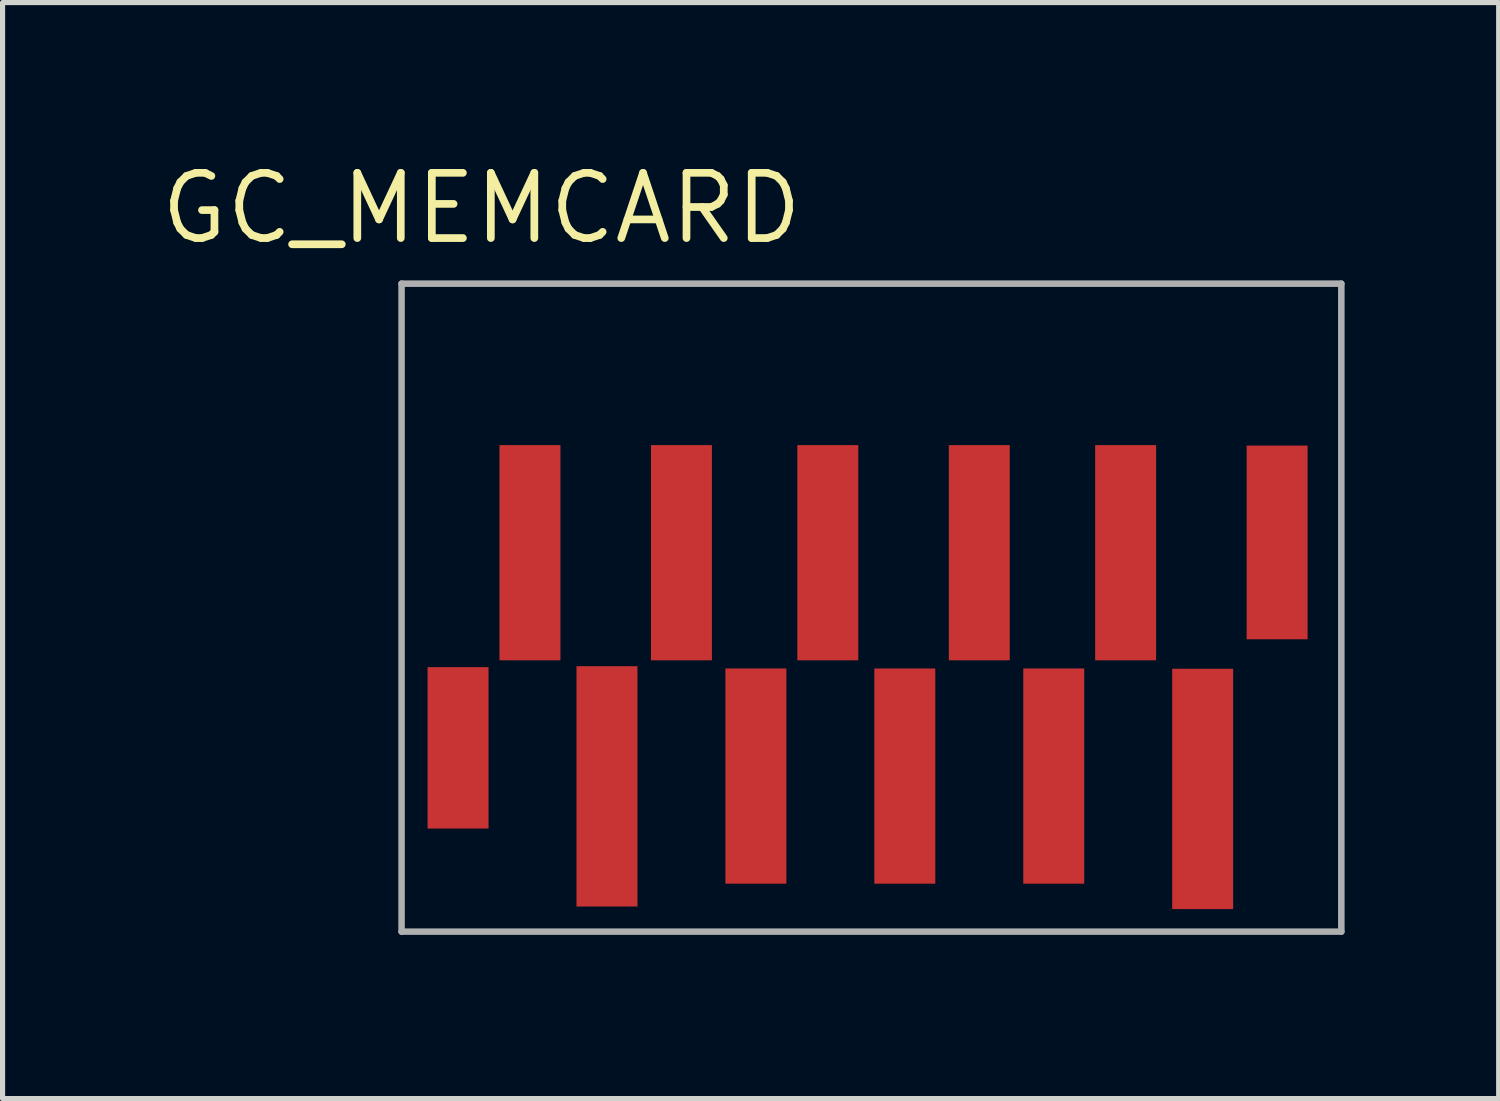
<source format=kicad_pcb>
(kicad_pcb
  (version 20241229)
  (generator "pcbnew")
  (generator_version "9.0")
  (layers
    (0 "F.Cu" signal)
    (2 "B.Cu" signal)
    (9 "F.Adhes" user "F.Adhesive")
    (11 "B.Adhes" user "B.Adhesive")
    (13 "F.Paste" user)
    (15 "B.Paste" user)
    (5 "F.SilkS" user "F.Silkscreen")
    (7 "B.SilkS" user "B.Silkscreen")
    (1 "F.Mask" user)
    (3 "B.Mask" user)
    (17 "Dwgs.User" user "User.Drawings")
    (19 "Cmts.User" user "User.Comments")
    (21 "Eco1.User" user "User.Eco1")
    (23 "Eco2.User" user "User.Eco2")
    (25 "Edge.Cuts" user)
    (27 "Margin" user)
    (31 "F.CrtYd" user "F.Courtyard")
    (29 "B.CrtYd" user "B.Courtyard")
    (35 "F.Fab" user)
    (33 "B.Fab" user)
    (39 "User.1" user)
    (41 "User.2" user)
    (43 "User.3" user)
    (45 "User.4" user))
  (footprint "GC_MEMCARD"
    (layer "F.Cu")
    (at 4.77 15.093)
    (property "Reference" "GC_MEMCARD" (at 1.557 -14.087 0) (layer "F.SilkS") (effects (font (size 1.27 1.27) (thickness 0.15))))
    (fp_line (start 0 -12.619) (end 18.3 -12.619) (stroke (width 0.127) (type solid)) (layer "F.Fab"))
    (fp_line (start 0 -0.001) (end 0 -12.619) (stroke (width 0.127) (type solid)) (layer "F.Fab"))
    (fp_line (start 0 -0.001) (end 18.3 -0.001) (stroke (width 0.127) (type solid)) (layer "F.Fab"))
    (fp_line (start 18.3 -0.001) (end 18.3 -12.619) (stroke (width 0.127) (type solid)) (layer "F.Fab"))
    (pad "1" smd rect (at 17.05 -7.58) (size 1.187 3.772) (layers "F.Cu" "F.Mask"))
    (pad "2" smd rect (at 15.6 -2.78) (size 1.187 4.68) (layers "F.Cu" "F.Mask"))
    (pad "3" smd rect (at 14.1 -7.38) (size 1.187 4.191) (layers "F.Cu" "F.Mask"))
    (pad "4" smd rect (at 12.7 -3.03) (size 1.187 4.191) (layers "F.Cu" "F.Mask"))
    (pad "5" smd rect (at 11.25 -7.38) (size 1.187 4.191) (layers "F.Cu" "F.Mask"))
    (pad "6" smd rect (at 9.8 -3.03) (size 1.187 4.191) (layers "F.Cu" "F.Mask"))
    (pad "7" smd rect (at 8.3 -7.38) (size 1.187 4.191) (layers "F.Cu" "F.Mask"))
    (pad "8" smd rect (at 6.9 -3.03) (size 1.187 4.191) (layers "F.Cu" "F.Mask"))
    (pad "9" smd rect (at 5.45 -7.38) (size 1.187 4.191) (layers "F.Cu" "F.Mask"))
    (pad "10" smd rect (at 4 -2.83) (size 1.187 4.68) (layers "F.Cu" "F.Mask"))
    (pad "11" smd rect (at 2.5 -7.38) (size 1.187 4.191) (layers "F.Cu" "F.Mask"))
    (pad "12" smd rect (at 1.1 -3.58) (size 1.187 3.143) (layers "F.Cu" "F.Mask")))
  (gr_rect
    (start -3 -3)
    (end 26.134 18.343)
    (stroke (width 0.1) (type default))
    (fill no)
    (layer "Edge.Cuts")))
</source>
